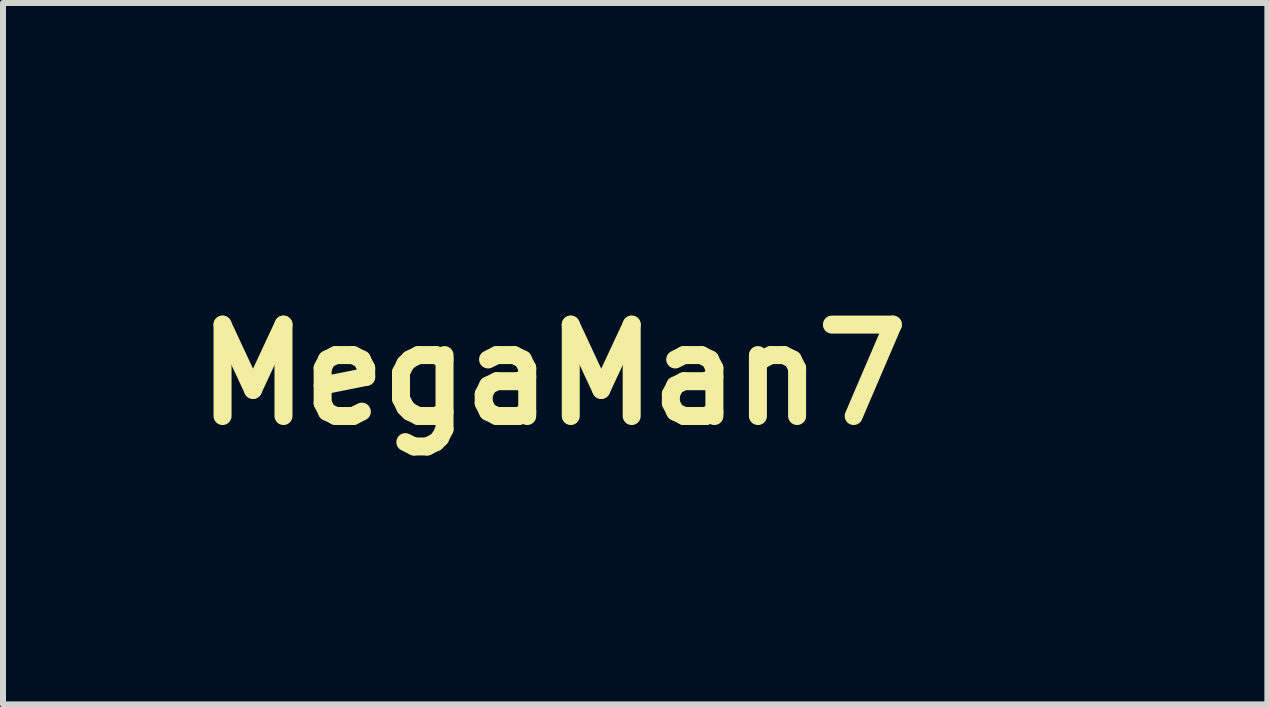
<source format=kicad_pcb>
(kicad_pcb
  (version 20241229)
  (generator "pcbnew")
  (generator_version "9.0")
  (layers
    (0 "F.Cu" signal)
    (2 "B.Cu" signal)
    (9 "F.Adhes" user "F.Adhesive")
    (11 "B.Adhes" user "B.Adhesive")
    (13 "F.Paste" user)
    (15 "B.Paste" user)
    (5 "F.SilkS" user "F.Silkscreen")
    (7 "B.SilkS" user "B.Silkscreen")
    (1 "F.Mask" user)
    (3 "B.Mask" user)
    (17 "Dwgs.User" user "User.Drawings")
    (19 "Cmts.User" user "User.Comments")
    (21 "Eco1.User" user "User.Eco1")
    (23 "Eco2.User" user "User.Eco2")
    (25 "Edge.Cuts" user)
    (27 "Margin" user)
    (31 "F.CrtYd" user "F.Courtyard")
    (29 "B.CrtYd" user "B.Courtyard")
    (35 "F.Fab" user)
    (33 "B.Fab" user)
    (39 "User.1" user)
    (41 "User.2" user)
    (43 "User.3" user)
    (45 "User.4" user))
  (footprint "MegaMan7"
    (layer "F.Cu")
    (at 12.526 3.197)
    (property "Reference" "MegaMan7" (at -6.35 0 0) (layer "F.SilkS") (effects (font (size 1.524 1.524) (thickness 0.3))))
    (attr board_only exclude_from_pos_files exclude_from_bom)
    (fp_poly (pts (xy 0.56 -1.027) (xy 0.058 -1.027) (xy 0.058 -1.54) (xy 0.56 -1.54)) (stroke (width 0) (type solid)) (fill yes) (layer "F.Mask"))
    (fp_poly (pts (xy 0.805 -2.94) (xy 0.805 -2.742) (xy 1.05 -2.742) (xy 1.05 -2.485) (xy 1.307 -2.485) (xy 1.307 -2.228) (xy 1.552 -2.228) (xy 1.552 -0.828) (xy 1.808 -0.828) (xy 1.808 -0.572) (xy 2.053 -0.572) (xy 2.053 -0.117) (xy 2.31 -0.117) (xy 2.31 0.863) (xy 2.053 0.863) (xy 2.053 1.085) (xy 1.307 1.085) (xy 1.307 1.33) (xy 1.552 1.33) (xy 1.552 1.598) (xy 1.808 1.598) (xy 1.808 1.797) (xy 2.31 1.797) (xy 2.31 2.053) (xy 2.555 2.053) (xy 2.555 2.497) (xy 0.303 2.497) (xy 0.303 1.797) (xy 0.058 1.797) (xy 0.058 1.598) (xy -0.21 1.598) (xy -0.21 1.797) (xy -0.455 1.797) (xy -0.455 2.497) (xy -2.707 2.497) (xy -2.707 2.053) (xy -2.462 2.053) (xy -2.462 1.797) (xy -1.948 1.797) (xy -1.948 1.599) (xy -1.709 1.593) (xy -1.703 1.33) (xy -1.458 1.33) (xy -1.458 1.085) (xy -2.205 1.085) (xy -2.205 0.863) (xy -1.458 0.863) (xy -1.458 1.085) (xy -1.213 1.085) (xy -1.202 1.085) (xy -1.202 1.342) (xy -0.957 1.342) (xy -0.957 1.598) (xy -0.7 1.598) (xy -0.7 1.797) (xy -0.455 1.797) (xy -0.455 1.587) (xy -0.21 1.587) (xy -0.21 1.33) (xy 0.058 1.33) (xy 0.058 1.587) (xy 0.303 1.587) (xy 0.303 1.797) (xy 0.548 1.797) (xy 0.548 1.598) (xy 1.05 1.598) (xy 1.05 1.085) (xy 0.303 1.085) (xy 0.303 1.33) (xy 0.058 1.33) (xy -0.21 1.33) (xy -0.7 1.33) (xy -0.7 1.085) (xy -1.202 1.085) (xy -1.213 1.085) (xy -1.213 0.863) (xy 1.05 0.863) (xy 1.05 1.085) (xy 1.307 1.085) (xy 1.307 0.863) (xy 1.05 0.863) (xy -1.213 0.863) (xy -1.458 0.863) (xy -2.205 0.863) (xy -2.462 0.863) (xy -2.462 -0.117) (xy -2.205 -0.117) (xy -2.205 -0.572) (xy -1.948 -0.572) (xy -1.703 -0.572) (xy -1.703 -0.315) (xy -1.458 -0.315) (xy -1.458 0.14) (xy -1.213 0.14) (xy -1.213 -0.117) (xy -0.945 -0.117) (xy -0.945 0.63) (xy 0.793 0.63) (xy 0.793 -0.117) (xy -0.455 -0.117) (xy -0.455 -0.315) (xy -0.7 -0.315) (xy -0.7 -0.572) (xy -0.957 -0.572) (xy -0.957 -0.828) (xy -1.458 -0.828) (xy -1.458 -0.572) (xy -1.703 -0.572) (xy -1.948 -0.572) (xy -1.948 -0.828) (xy -1.458 -0.828) (xy -1.458 -1.027) (xy -1.213 -1.027) (xy -1.213 -1.295) (xy -1.458 -1.295) (xy -1.458 -1.995) (xy -1.202 -1.995) (xy -1.202 -1.295) (xy -0.945 -1.295) (xy -0.945 -1.54) (xy -0.7 -1.54) (xy -0.7 -0.828) (xy -0.455 -0.828) (xy -0.455 -0.315) (xy 0.793 -0.315) (xy 0.805 -0.315) (xy 0.805 -0.117) (xy 1.05 -0.117) (xy 1.05 0.14) (xy 1.307 0.14) (xy 1.307 -0.315) (xy 1.563 -0.315) (xy 1.563 -0.572) (xy 1.05 -0.572) (xy 1.05 -0.315) (xy 0.805 -0.315) (xy 0.793 -0.315) (xy 0.793 -0.572) (xy -0.211 -0.572) (xy -0.207 -0.697) (xy -0.204 -0.823) (xy 0.3 -0.826) (xy 0.805 -0.829) (xy 0.805 -0.572) (xy 1.05 -0.572) (xy 1.05 -0.828) (xy 1.307 -0.828) (xy 1.307 -1.773) (xy 1.05 -1.773) (xy 1.05 -1.027) (xy 0.793 -1.027) (xy 0.793 -1.54) (xy 0.56 -1.54) (xy 0.56 -1.773) (xy -0.455 -1.773) (xy -0.455 -1.54) (xy -0.7 -1.54) (xy -0.945 -1.54) (xy -0.945 -1.995) (xy -1.202 -1.995) (xy -1.458 -1.995) (xy -1.458 -2.007) (xy -1.213 -2.007) (xy -1.213 -2.228) (xy 0.56 -2.228) (xy 0.56 -2.007) (xy 1.05 -2.007) (xy 1.05 -2.228) (xy 0.56 -2.228) (xy -1.213 -2.228) (xy -1.213 -2.485) (xy -0.945 -2.485) (xy -0.945 -2.742) (xy -0.7 -2.742) (xy -0.7 -2.94) (xy -0.21 -2.94) (xy 0.058 -2.94) (xy 0.058 -2.742) (xy 0.303 -2.742) (xy 0.303 -2.485) (xy 0.793 -2.485) (xy 0.793 -2.73) (xy 0.548 -2.73) (xy 0.548 -2.94) (xy 0.058 -2.94) (xy -0.21 -2.94) (xy -0.21 -3.197) (xy 0.548 -3.197) (xy 0.548 -2.94)) (stroke (width 0) (type solid)) (fill yes) (layer "F.Mask")))
  (gr_rect
    (start -3 -3)
    (end 18.081 8.694)
    (stroke (width 0.1) (type default))
    (fill no)
    (layer "Edge.Cuts")))
</source>
